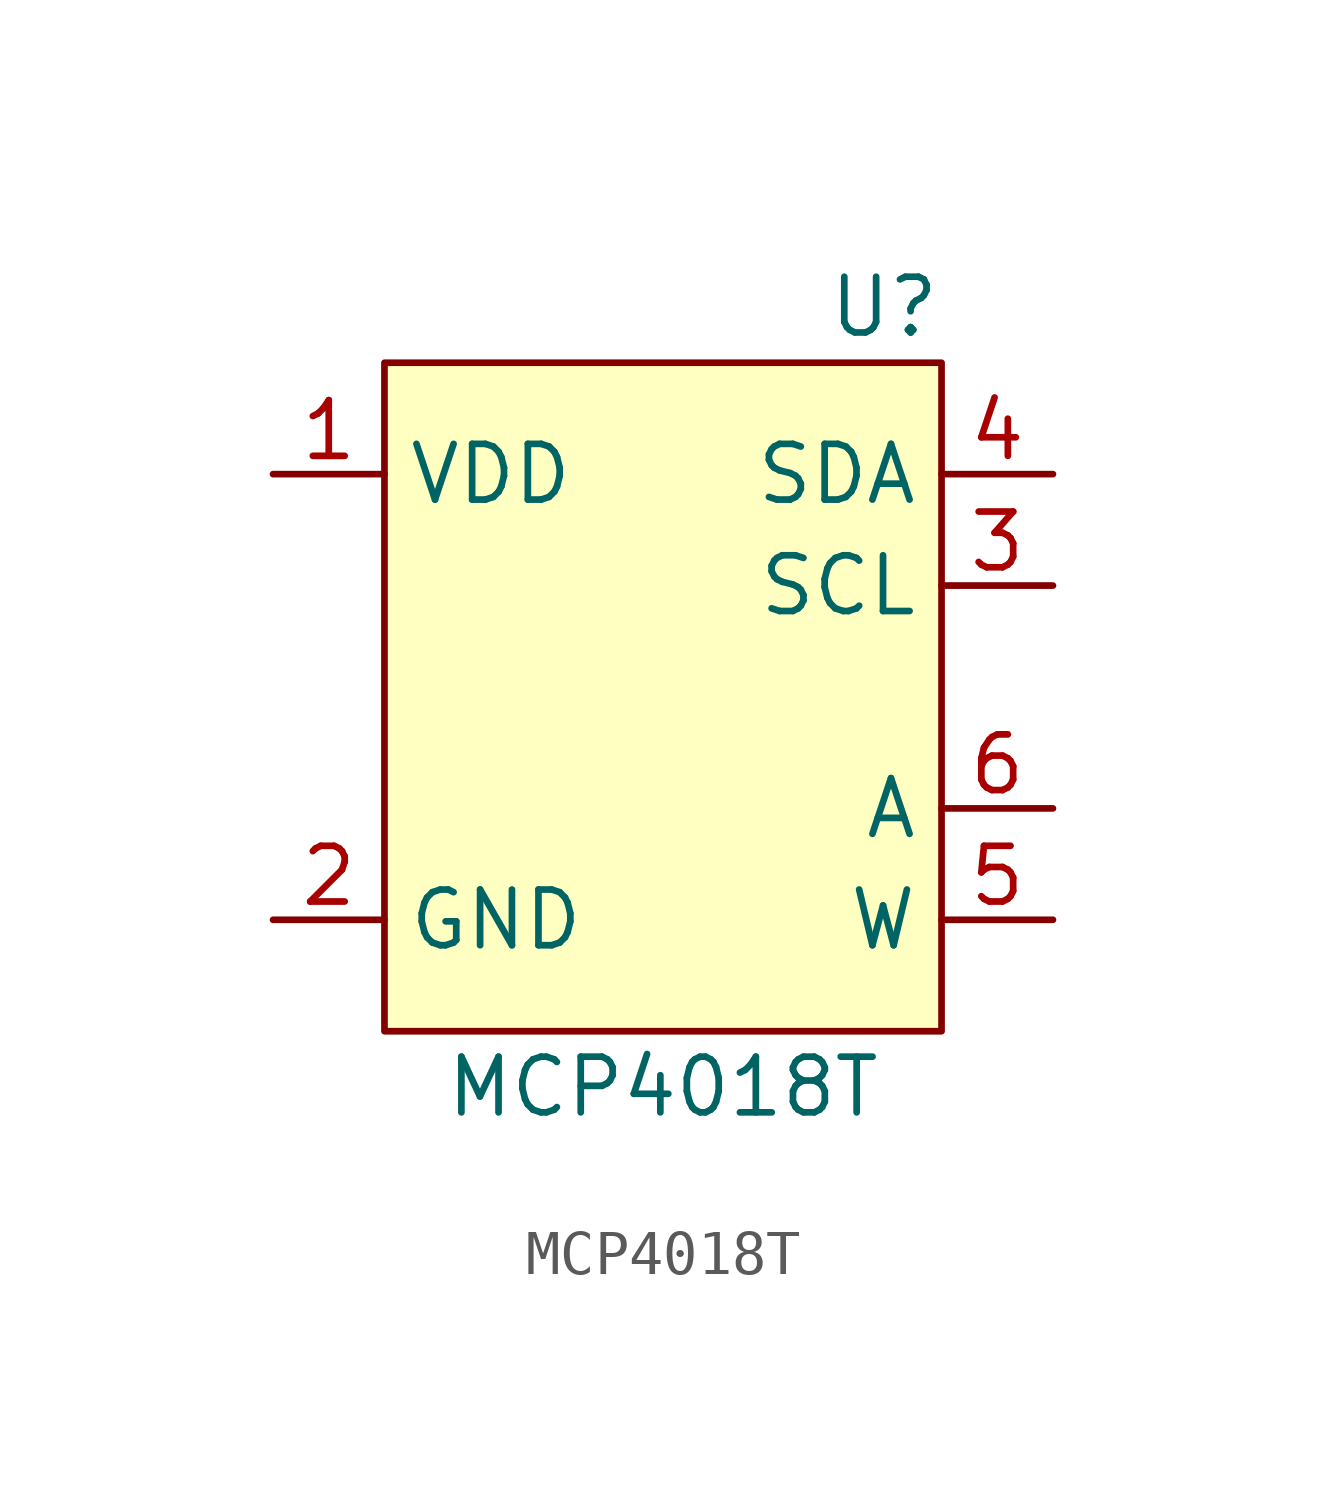
<source format=kicad_sym>
(kicad_symbol_lib
  (version 20200126)
  (host kicad_symbol_editor "(5.99.0-1619-g4165ec338)")
  (symbol "Potentiometer_Digital_Extra:MCP4018T"
    (property "Reference" "U"
      (at 6.35 8.89 0)
      (effects (font (size 1.27 1.27)) (justify right)))
    (property "Value" "MCP4018T"
      (at 0 -8.89 0))
    (symbol "MCP4018T_0_1"
      (rectangle (start -6.35 7.62) (end 6.35 -7.62) (fill (type background))))
    (symbol "MCP4018T_1_1"
      (pin power_in line (at -8.89 5.08 0) (length 2.54) (name "VDD") (number "1"))
      (pin power_in line (at -8.89 -5.08 0) (length 2.54) (name "GND") (number "2"))
      (pin input line (at 8.89 2.54 180) (length 2.54) (name "SCL") (number "3"))
      (pin bidirectional line (at 8.89 5.08 180) (length 2.54) (name "SDA") (number "4"))
      (pin power_in line (at 8.89 -5.08 180) (length 2.54) (name "W") (number "5"))
      (pin output line (at 8.89 -2.54 180) (length 2.54) (name "A") (number "6")))))
</source>
